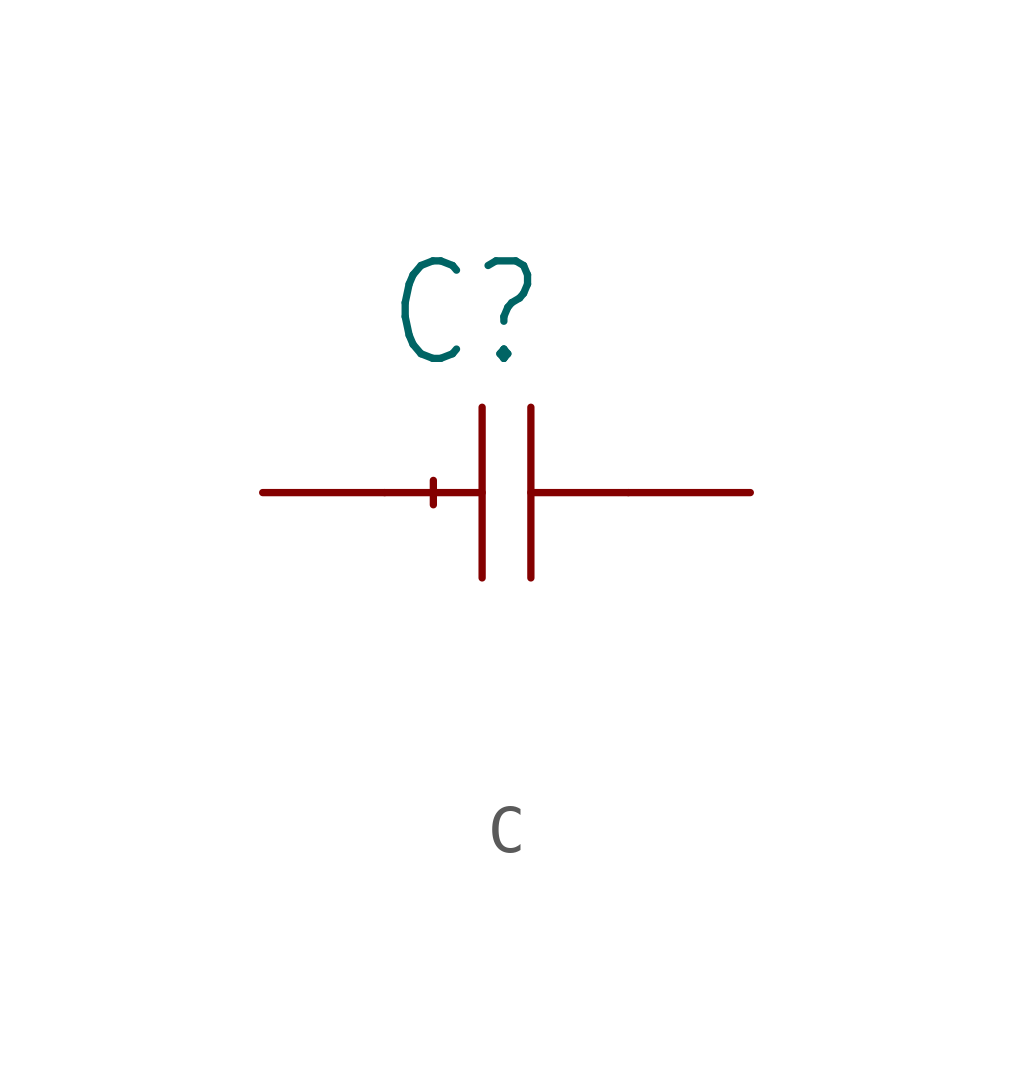
<source format=kicad_sym>
(kicad_symbol_lib
  (version 20241209)
  (generator "kicad_symbol_editor")
  (generator_version "9.0")
  (symbol "C"
    (property "Reference" "C"
      (at -2.54 2.54 0)
      (effects (font (size 2.032 1.727)) (justify left bottom)))
    (property "Value" ""
      (at -2.54 -5.08 0)
      (effects (font (size 2.032 1.727)) (justify left bottom)))
    (property "ki_locked" ""
      (at 0 0 0)
      (effects (font (size 1.27 1.27))))
    (symbol "C_1_0"
      (polyline (pts (xy -2.54 0) (xy -0.508 0)) (stroke (width 0.152) (type solid)) (fill (type none)))
      (polyline (pts (xy -1.524 0.254) (xy -1.524 -0.254)) (stroke (width 0.152) (type solid)) (fill (type none)))
      (polyline (pts (xy -0.508 1.778) (xy -0.508 -1.778)) (stroke (width 0.152) (type solid)) (fill (type none)))
      (polyline (pts (xy 0.508 1.778) (xy 0.508 -1.778)) (stroke (width 0.152) (type solid)) (fill (type none)))
      (polyline (pts (xy 2.54 0) (xy 0.508 0)) (stroke (width 0.152) (type solid)) (fill (type none)))
      (pin passive line (at -5.08 0 0) (length 2.54) (name "1" (effects (font (size 0 0)))) (number "1" (effects (font (size 0 0)))))
      (pin passive line (at 5.08 0 180) (length 2.54) (name "2" (effects (font (size 0 0)))) (number "2" (effects (font (size 0 0))))))))
</source>
